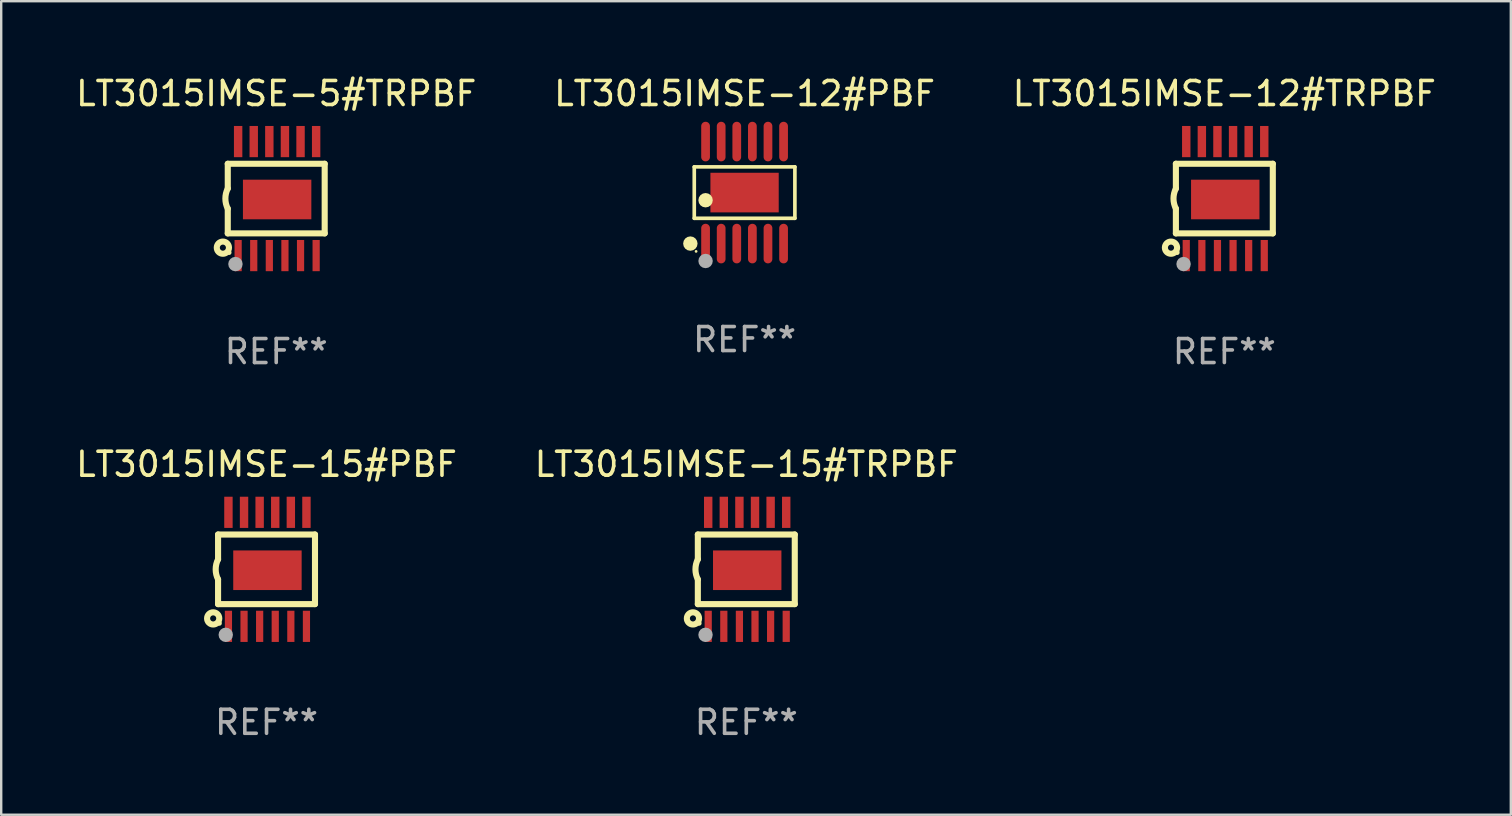
<source format=kicad_pcb>
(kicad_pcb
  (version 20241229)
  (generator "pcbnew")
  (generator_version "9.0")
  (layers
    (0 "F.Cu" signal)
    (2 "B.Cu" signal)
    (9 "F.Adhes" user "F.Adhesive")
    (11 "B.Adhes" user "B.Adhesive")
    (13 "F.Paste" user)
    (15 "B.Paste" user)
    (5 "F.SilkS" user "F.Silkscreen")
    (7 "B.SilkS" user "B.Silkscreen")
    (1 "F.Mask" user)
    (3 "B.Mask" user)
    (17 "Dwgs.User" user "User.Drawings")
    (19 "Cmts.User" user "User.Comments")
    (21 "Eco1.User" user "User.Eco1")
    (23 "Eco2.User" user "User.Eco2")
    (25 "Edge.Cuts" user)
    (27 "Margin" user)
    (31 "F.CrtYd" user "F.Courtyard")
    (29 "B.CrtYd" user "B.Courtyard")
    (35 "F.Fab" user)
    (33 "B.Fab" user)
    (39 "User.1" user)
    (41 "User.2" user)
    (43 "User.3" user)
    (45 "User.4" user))
  (footprint "LT3015IMSE-15#PBF"
    (layer "F.Cu")
    (at 8.054 20.669)
    (property "Reference" "LT3015IMSE-15#PBF" (at 0 -4.375 0) (layer "F.SilkS") (effects (font (size 1 1) (thickness 0.15))))
    (attr through_hole)
    (fp_line (start -2.019 -1.45) (end -2.019 -0.419) (stroke (width 0.254) (type solid)) (layer "F.SilkS"))
    (fp_line (start -2.019 1.45) (end -2.019 0.419) (stroke (width 0.254) (type solid)) (layer "F.SilkS"))
    (fp_line (start -2.019 1.45) (end 2.019 1.45) (stroke (width 0.254) (type solid)) (layer "F.SilkS"))
    (fp_line (start 2.019 -1.45) (end -2.019 -1.45) (stroke (width 0.254) (type solid)) (layer "F.SilkS"))
    (fp_line (start 2.019 -1.45) (end 2.019 1.45) (stroke (width 0.254) (type solid)) (layer "F.SilkS"))
    (fp_arc (start -2.019304 0.419101) (mid -2.11824 0) (end -2.019304 -0.419101) (stroke (width 0.254001) (type solid)) (layer "F.SilkS"))
    (fp_circle (center -2.223 2.045) (end -1.969 2.045) (stroke (width 0.254) (type solid)) (fill no) (layer "F.SilkS"))
    (fp_circle (center -1.962 2.25) (end -1.912 2.25) (stroke (width 0.1) (type solid)) (fill no) (layer "F.SilkS"))
    (fp_circle (center -1.699 2.728) (end -1.549 2.728) (stroke (width 0.3) (type solid)) (fill no) (layer "F.Fab"))
    (fp_text user "REF**" (at 0 6.375 0) (layer "F.Fab") (effects (font (size 1 1) (thickness 0.15))))
    (pad "1" smd rect (at -1.587 2.375) (size 0.3 1.3) (layers "F.Cu" "F.Mask" "F.Paste"))
    (pad "2" smd rect (at -0.937 2.375) (size 0.3 1.3) (layers "F.Cu" "F.Mask" "F.Paste"))
    (pad "3" smd rect (at -0.287 2.375) (size 0.3 1.3) (layers "F.Cu" "F.Mask" "F.Paste"))
    (pad "4" smd rect (at 0.363 2.375) (size 0.3 1.3) (layers "F.Cu" "F.Mask" "F.Paste"))
    (pad "5" smd rect (at 1.013 2.375) (size 0.3 1.3) (layers "F.Cu" "F.Mask" "F.Paste"))
    (pad "6" smd rect (at 1.663 2.375) (size 0.3 1.3) (layers "F.Cu" "F.Mask" "F.Paste"))
    (pad "7" smd rect (at 1.663 -2.375) (size 0.35 1.3) (layers "F.Cu" "F.Mask" "F.Paste"))
    (pad "8" smd rect (at 1.013 -2.375) (size 0.35 1.3) (layers "F.Cu" "F.Mask" "F.Paste"))
    (pad "9" smd rect (at 0.363 -2.375) (size 0.35 1.3) (layers "F.Cu" "F.Mask" "F.Paste"))
    (pad "10" smd rect (at -0.287 -2.375) (size 0.35 1.3) (layers "F.Cu" "F.Mask" "F.Paste"))
    (pad "11" smd rect (at -0.937 -2.375) (size 0.35 1.3) (layers "F.Cu" "F.Mask" "F.Paste"))
    (pad "12" smd rect (at -1.587 -2.375) (size 0.35 1.3) (layers "F.Cu" "F.Mask" "F.Paste"))
    (pad "13" smd rect (at 0.038 0.038) (size 2.85 1.65) (layers "F.Cu" "F.Mask" "F.Paste")))
  (footprint "LT3015IMSE-15#TRPBF"
    (layer "F.Cu")
    (at 28.042 20.669)
    (property "Reference" "LT3015IMSE-15#TRPBF" (at 0 -4.375 0) (layer "F.SilkS") (effects (font (size 1 1) (thickness 0.15))))
    (attr through_hole)
    (fp_line (start -2.019 -1.45) (end -2.019 -0.419) (stroke (width 0.254) (type solid)) (layer "F.SilkS"))
    (fp_line (start -2.019 1.45) (end -2.019 0.419) (stroke (width 0.254) (type solid)) (layer "F.SilkS"))
    (fp_line (start -2.019 1.45) (end 2.019 1.45) (stroke (width 0.254) (type solid)) (layer "F.SilkS"))
    (fp_line (start 2.019 -1.45) (end -2.019 -1.45) (stroke (width 0.254) (type solid)) (layer "F.SilkS"))
    (fp_line (start 2.019 -1.45) (end 2.019 1.45) (stroke (width 0.254) (type solid)) (layer "F.SilkS"))
    (fp_arc (start -2.019304 0.419101) (mid -2.11824 0) (end -2.019304 -0.419101) (stroke (width 0.254001) (type solid)) (layer "F.SilkS"))
    (fp_circle (center -2.223 2.045) (end -1.969 2.045) (stroke (width 0.254) (type solid)) (fill no) (layer "F.SilkS"))
    (fp_circle (center -1.962 2.25) (end -1.912 2.25) (stroke (width 0.1) (type solid)) (fill no) (layer "F.SilkS"))
    (fp_circle (center -1.699 2.728) (end -1.549 2.728) (stroke (width 0.3) (type solid)) (fill no) (layer "F.Fab"))
    (fp_text user "REF**" (at 0 6.375 0) (layer "F.Fab") (effects (font (size 1 1) (thickness 0.15))))
    (pad "1" smd rect (at -1.587 2.375) (size 0.3 1.3) (layers "F.Cu" "F.Mask" "F.Paste"))
    (pad "2" smd rect (at -0.937 2.375) (size 0.3 1.3) (layers "F.Cu" "F.Mask" "F.Paste"))
    (pad "3" smd rect (at -0.287 2.375) (size 0.3 1.3) (layers "F.Cu" "F.Mask" "F.Paste"))
    (pad "4" smd rect (at 0.363 2.375) (size 0.3 1.3) (layers "F.Cu" "F.Mask" "F.Paste"))
    (pad "5" smd rect (at 1.013 2.375) (size 0.3 1.3) (layers "F.Cu" "F.Mask" "F.Paste"))
    (pad "6" smd rect (at 1.663 2.375) (size 0.3 1.3) (layers "F.Cu" "F.Mask" "F.Paste"))
    (pad "7" smd rect (at 1.663 -2.375) (size 0.35 1.3) (layers "F.Cu" "F.Mask" "F.Paste"))
    (pad "8" smd rect (at 1.013 -2.375) (size 0.35 1.3) (layers "F.Cu" "F.Mask" "F.Paste"))
    (pad "9" smd rect (at 0.363 -2.375) (size 0.35 1.3) (layers "F.Cu" "F.Mask" "F.Paste"))
    (pad "10" smd rect (at -0.287 -2.375) (size 0.35 1.3) (layers "F.Cu" "F.Mask" "F.Paste"))
    (pad "11" smd rect (at -0.937 -2.375) (size 0.35 1.3) (layers "F.Cu" "F.Mask" "F.Paste"))
    (pad "12" smd rect (at -1.587 -2.375) (size 0.35 1.3) (layers "F.Cu" "F.Mask" "F.Paste"))
    (pad "13" smd rect (at 0.038 0.038) (size 2.85 1.65) (layers "F.Cu" "F.Mask" "F.Paste")))
  (footprint "LT3015IMSE-5#TRPBF"
    (layer "F.Cu")
    (at 8.458 5.223)
    (property "Reference" "LT3015IMSE-5#TRPBF" (at 0 -4.375 0) (layer "F.SilkS") (effects (font (size 1 1) (thickness 0.15))))
    (attr through_hole)
    (fp_line (start -2.019 -1.45) (end -2.019 -0.419) (stroke (width 0.254) (type solid)) (layer "F.SilkS"))
    (fp_line (start -2.019 1.45) (end -2.019 0.419) (stroke (width 0.254) (type solid)) (layer "F.SilkS"))
    (fp_line (start -2.019 1.45) (end 2.019 1.45) (stroke (width 0.254) (type solid)) (layer "F.SilkS"))
    (fp_line (start 2.019 -1.45) (end -2.019 -1.45) (stroke (width 0.254) (type solid)) (layer "F.SilkS"))
    (fp_line (start 2.019 -1.45) (end 2.019 1.45) (stroke (width 0.254) (type solid)) (layer "F.SilkS"))
    (fp_arc (start -2.019304 0.419101) (mid -2.11824 0) (end -2.019304 -0.419101) (stroke (width 0.254001) (type solid)) (layer "F.SilkS"))
    (fp_circle (center -2.223 2.045) (end -1.969 2.045) (stroke (width 0.254) (type solid)) (fill no) (layer "F.SilkS"))
    (fp_circle (center -1.962 2.25) (end -1.912 2.25) (stroke (width 0.1) (type solid)) (fill no) (layer "F.SilkS"))
    (fp_circle (center -1.699 2.728) (end -1.549 2.728) (stroke (width 0.3) (type solid)) (fill no) (layer "F.Fab"))
    (fp_text user "REF**" (at 0 6.375 0) (layer "F.Fab") (effects (font (size 1 1) (thickness 0.15))))
    (pad "1" smd rect (at -1.587 2.375) (size 0.3 1.3) (layers "F.Cu" "F.Mask" "F.Paste"))
    (pad "2" smd rect (at -0.937 2.375) (size 0.3 1.3) (layers "F.Cu" "F.Mask" "F.Paste"))
    (pad "3" smd rect (at -0.287 2.375) (size 0.3 1.3) (layers "F.Cu" "F.Mask" "F.Paste"))
    (pad "4" smd rect (at 0.363 2.375) (size 0.3 1.3) (layers "F.Cu" "F.Mask" "F.Paste"))
    (pad "5" smd rect (at 1.013 2.375) (size 0.3 1.3) (layers "F.Cu" "F.Mask" "F.Paste"))
    (pad "6" smd rect (at 1.663 2.375) (size 0.3 1.3) (layers "F.Cu" "F.Mask" "F.Paste"))
    (pad "7" smd rect (at 1.663 -2.375) (size 0.35 1.3) (layers "F.Cu" "F.Mask" "F.Paste"))
    (pad "8" smd rect (at 1.013 -2.375) (size 0.35 1.3) (layers "F.Cu" "F.Mask" "F.Paste"))
    (pad "9" smd rect (at 0.363 -2.375) (size 0.35 1.3) (layers "F.Cu" "F.Mask" "F.Paste"))
    (pad "10" smd rect (at -0.287 -2.375) (size 0.35 1.3) (layers "F.Cu" "F.Mask" "F.Paste"))
    (pad "11" smd rect (at -0.937 -2.375) (size 0.35 1.3) (layers "F.Cu" "F.Mask" "F.Paste"))
    (pad "12" smd rect (at -1.587 -2.375) (size 0.35 1.3) (layers "F.Cu" "F.Mask" "F.Paste"))
    (pad "13" smd rect (at 0.038 0.038) (size 2.85 1.65) (layers "F.Cu" "F.Mask" "F.Paste")))
  (footprint "LT3015IMSE-12#PBF"
    (layer "F.Cu")
    (at 27.97 4.973)
    (property "Reference" "LT3015IMSE-12#PBF" (at 0 -4.125 0) (layer "F.SilkS") (effects (font (size 1 1) (thickness 0.15))))
    (attr through_hole)
    (fp_line (start -2.096 -1.071) (end 2.096 -1.071) (stroke (width 0.152) (type solid)) (layer "F.SilkS"))
    (fp_line (start -2.096 1.071) (end -2.096 -1.071) (stroke (width 0.152) (type solid)) (layer "F.SilkS"))
    (fp_line (start 2.096 -1.071) (end 2.096 1.071) (stroke (width 0.152) (type solid)) (layer "F.SilkS"))
    (fp_line (start 2.096 1.071) (end -2.096 1.071) (stroke (width 0.152) (type solid)) (layer "F.SilkS"))
    (fp_circle (center -2.259 2.125) (end -2.109 2.125) (stroke (width 0.3) (type solid)) (fill no) (layer "F.SilkS"))
    (fp_circle (center -2.02 2.45) (end -1.99 2.45) (stroke (width 0.06) (type solid)) (fill no) (layer "F.SilkS"))
    (fp_circle (center -1.625 0.319) (end -1.475 0.319) (stroke (width 0.3) (type solid)) (fill no) (layer "F.SilkS"))
    (fp_circle (center -1.625 2.85) (end -1.475 2.85) (stroke (width 0.3) (type solid)) (fill no) (layer "F.Fab"))
    (fp_text user "REF**" (at 0 6.125 0) (layer "F.Fab") (effects (font (size 1 1) (thickness 0.15))))
    (pad "1" smd oval (at -1.625 2.125) (size 0.364 1.65) (layers "F.Cu" "F.Mask" "F.Paste"))
    (pad "2" smd oval (at -0.975 2.125) (size 0.364 1.65) (layers "F.Cu" "F.Mask" "F.Paste"))
    (pad "3" smd oval (at -0.325 2.125) (size 0.364 1.65) (layers "F.Cu" "F.Mask" "F.Paste"))
    (pad "4" smd oval (at 0.325 2.125) (size 0.364 1.65) (layers "F.Cu" "F.Mask" "F.Paste"))
    (pad "5" smd oval (at 0.975 2.125) (size 0.364 1.65) (layers "F.Cu" "F.Mask" "F.Paste"))
    (pad "6" smd oval (at 1.625 2.125) (size 0.364 1.65) (layers "F.Cu" "F.Mask" "F.Paste"))
    (pad "7" smd oval (at 1.625 -2.125) (size 0.364 1.65) (layers "F.Cu" "F.Mask" "F.Paste"))
    (pad "8" smd oval (at 0.975 -2.125) (size 0.364 1.65) (layers "F.Cu" "F.Mask" "F.Paste"))
    (pad "9" smd oval (at 0.325 -2.125) (size 0.364 1.65) (layers "F.Cu" "F.Mask" "F.Paste"))
    (pad "10" smd oval (at -0.325 -2.125) (size 0.364 1.65) (layers "F.Cu" "F.Mask" "F.Paste"))
    (pad "11" smd oval (at -0.975 -2.125) (size 0.364 1.65) (layers "F.Cu" "F.Mask" "F.Paste"))
    (pad "12" smd oval (at -1.625 -2.125) (size 0.364 1.65) (layers "F.Cu" "F.Mask" "F.Paste"))
    (pad "13" smd rect (at 0 0) (size 2.845 1.651) (layers "F.Cu" "F.Mask" "F.Paste")))
  (footprint "LT3015IMSE-12#TRPBF"
    (layer "F.Cu")
    (at 47.958 5.223)
    (property "Reference" "LT3015IMSE-12#TRPBF" (at 0 -4.375 0) (layer "F.SilkS") (effects (font (size 1 1) (thickness 0.15))))
    (attr through_hole)
    (fp_line (start -2.019 -1.45) (end -2.019 -0.419) (stroke (width 0.254) (type solid)) (layer "F.SilkS"))
    (fp_line (start -2.019 1.45) (end -2.019 0.419) (stroke (width 0.254) (type solid)) (layer "F.SilkS"))
    (fp_line (start -2.019 1.45) (end 2.019 1.45) (stroke (width 0.254) (type solid)) (layer "F.SilkS"))
    (fp_line (start 2.019 -1.45) (end -2.019 -1.45) (stroke (width 0.254) (type solid)) (layer "F.SilkS"))
    (fp_line (start 2.019 -1.45) (end 2.019 1.45) (stroke (width 0.254) (type solid)) (layer "F.SilkS"))
    (fp_arc (start -2.019304 0.419101) (mid -2.11824 0) (end -2.019304 -0.419101) (stroke (width 0.254001) (type solid)) (layer "F.SilkS"))
    (fp_circle (center -2.223 2.045) (end -1.969 2.045) (stroke (width 0.254) (type solid)) (fill no) (layer "F.SilkS"))
    (fp_circle (center -1.962 2.25) (end -1.912 2.25) (stroke (width 0.1) (type solid)) (fill no) (layer "F.SilkS"))
    (fp_circle (center -1.699 2.728) (end -1.549 2.728) (stroke (width 0.3) (type solid)) (fill no) (layer "F.Fab"))
    (fp_text user "REF**" (at 0 6.375 0) (layer "F.Fab") (effects (font (size 1 1) (thickness 0.15))))
    (pad "1" smd rect (at -1.587 2.375) (size 0.3 1.3) (layers "F.Cu" "F.Mask" "F.Paste"))
    (pad "2" smd rect (at -0.937 2.375) (size 0.3 1.3) (layers "F.Cu" "F.Mask" "F.Paste"))
    (pad "3" smd rect (at -0.287 2.375) (size 0.3 1.3) (layers "F.Cu" "F.Mask" "F.Paste"))
    (pad "4" smd rect (at 0.363 2.375) (size 0.3 1.3) (layers "F.Cu" "F.Mask" "F.Paste"))
    (pad "5" smd rect (at 1.013 2.375) (size 0.3 1.3) (layers "F.Cu" "F.Mask" "F.Paste"))
    (pad "6" smd rect (at 1.663 2.375) (size 0.3 1.3) (layers "F.Cu" "F.Mask" "F.Paste"))
    (pad "7" smd rect (at 1.663 -2.375) (size 0.35 1.3) (layers "F.Cu" "F.Mask" "F.Paste"))
    (pad "8" smd rect (at 1.013 -2.375) (size 0.35 1.3) (layers "F.Cu" "F.Mask" "F.Paste"))
    (pad "9" smd rect (at 0.363 -2.375) (size 0.35 1.3) (layers "F.Cu" "F.Mask" "F.Paste"))
    (pad "10" smd rect (at -0.287 -2.375) (size 0.35 1.3) (layers "F.Cu" "F.Mask" "F.Paste"))
    (pad "11" smd rect (at -0.937 -2.375) (size 0.35 1.3) (layers "F.Cu" "F.Mask" "F.Paste"))
    (pad "12" smd rect (at -1.587 -2.375) (size 0.35 1.3) (layers "F.Cu" "F.Mask" "F.Paste"))
    (pad "13" smd rect (at 0.038 0.038) (size 2.85 1.65) (layers "F.Cu" "F.Mask" "F.Paste")))
  (gr_rect
    (start -3 -3)
    (end 59.893 30.893)
    (stroke (width 0.1) (type default))
    (fill no)
    (layer "Edge.Cuts")))
</source>
